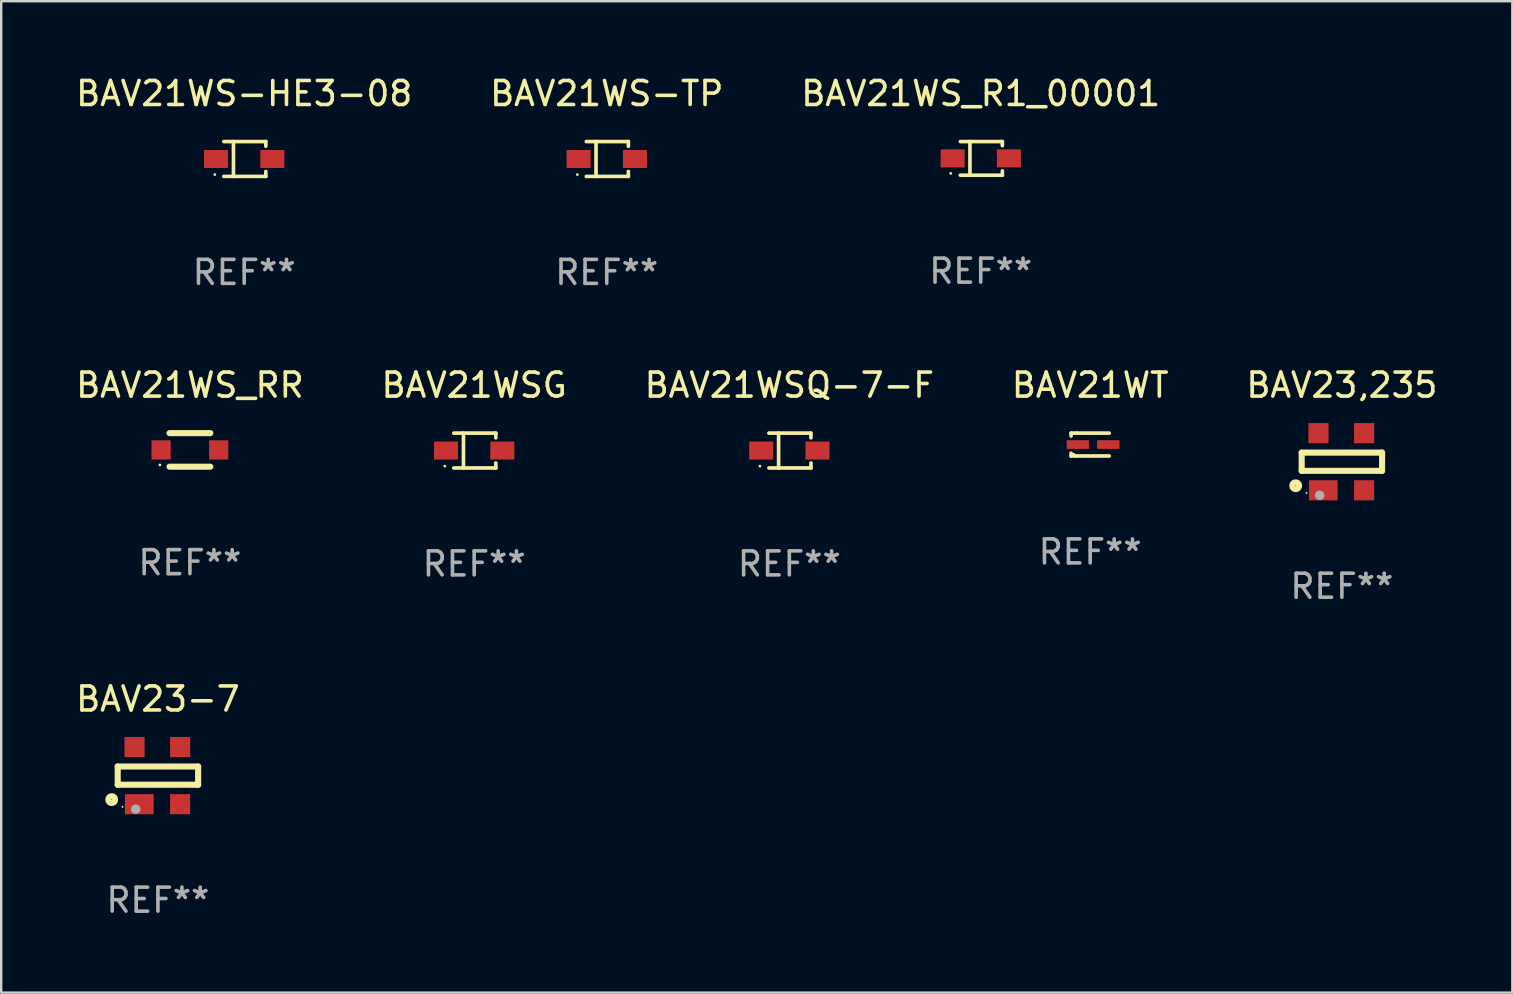
<source format=kicad_pcb>
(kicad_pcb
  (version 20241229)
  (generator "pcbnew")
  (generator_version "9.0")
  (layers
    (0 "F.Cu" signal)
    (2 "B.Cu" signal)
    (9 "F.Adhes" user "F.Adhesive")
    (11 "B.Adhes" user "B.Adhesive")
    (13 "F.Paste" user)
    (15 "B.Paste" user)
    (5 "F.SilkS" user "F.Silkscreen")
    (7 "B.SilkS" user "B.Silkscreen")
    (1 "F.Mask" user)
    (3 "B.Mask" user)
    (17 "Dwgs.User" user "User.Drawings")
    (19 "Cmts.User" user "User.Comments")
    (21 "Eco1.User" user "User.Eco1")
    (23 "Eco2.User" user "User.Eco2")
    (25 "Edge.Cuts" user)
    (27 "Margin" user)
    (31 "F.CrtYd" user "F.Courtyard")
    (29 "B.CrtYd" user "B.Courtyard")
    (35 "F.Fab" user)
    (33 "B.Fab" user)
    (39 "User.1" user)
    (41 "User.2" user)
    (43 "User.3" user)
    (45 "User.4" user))
  (footprint "BAV23-7"
    (layer "F.Cu")
    (at 3.53 29.268)
    (property "Reference" "BAV23-7" (at 0 -3.191 0) (layer "F.SilkS") (effects (font (size 1 1) (thickness 0.15))))
    (attr through_hole)
    (fp_line (start -1.675 -0.38) (end -1.675 0.38) (stroke (width 0.254) (type solid)) (layer "F.SilkS"))
    (fp_line (start -1.675 -0.38) (end 1.675 -0.38) (stroke (width 0.254) (type solid)) (layer "F.SilkS"))
    (fp_line (start -1.675 0.38) (end 1.675 0.38) (stroke (width 0.254) (type solid)) (layer "F.SilkS"))
    (fp_line (start 1.675 -0.38) (end 1.675 0.38) (stroke (width 0.254) (type solid)) (layer "F.SilkS"))
    (fp_circle (center -1.925 1) (end -1.783 1) (stroke (width 0.254) (type solid)) (fill no) (layer "F.SilkS"))
    (fp_circle (center -1.475 1.3) (end -1.455 1.3) (stroke (width 0.04) (type solid)) (fill no) (layer "F.SilkS"))
    (fp_circle (center -0.925 1.4) (end -0.825 1.4) (stroke (width 0.2) (type solid)) (fill no) (layer "F.Fab"))
    (fp_text user "REF**" (at 0 5.191 0) (layer "F.Fab") (effects (font (size 1 1) (thickness 0.15))))
    (pad "1" smd rect (at -0.775 1.191) (size 1.194 0.838) (layers "F.Cu" "F.Mask" "F.Paste"))
    (pad "2" smd rect (at 0.925 1.191) (size 0.838 0.838) (layers "F.Cu" "F.Mask" "F.Paste"))
    (pad "3" smd rect (at 0.925 -1.191) (size 0.838 0.838) (layers "F.Cu" "F.Mask" "F.Paste"))
    (pad "4" smd rect (at -0.975 -1.191) (size 0.838 0.838) (layers "F.Cu" "F.Mask" "F.Paste")))
  (footprint "BAV21WT"
    (layer "F.Cu")
    (at 42.375 15.473)
    (property "Reference" "BAV21WT" (at 0 -2.476 0) (layer "F.SilkS") (effects (font (size 1 1) (thickness 0.15))))
    (attr through_hole)
    (fp_line (start -0.795 -0.476) (end -0.795 -0.356) (stroke (width 0.152) (type solid)) (layer "F.SilkS"))
    (fp_line (start -0.795 0.363) (end -0.795 0.476) (stroke (width 0.152) (type solid)) (layer "F.SilkS"))
    (fp_line (start -0.795 0.476) (end -0.557 0.476) (stroke (width 0.152) (type solid)) (layer "F.SilkS"))
    (fp_line (start -0.557 -0.476) (end -0.795 -0.476) (stroke (width 0.152) (type solid)) (layer "F.SilkS"))
    (fp_line (start -0.557 -0.476) (end 0.795 -0.476) (stroke (width 0.152) (type solid)) (layer "F.SilkS"))
    (fp_line (start -0.557 0.476) (end 0.795 0.476) (stroke (width 0.152) (type solid)) (layer "F.SilkS"))
    (fp_circle (center -0.681 0.4) (end -0.651 0.4) (stroke (width 0.06) (type solid)) (fill no) (layer "F.SilkS"))
    (fp_text user "REF**" (at 0 4.476 0) (layer "F.Fab") (effects (font (size 1 1) (thickness 0.15))))
    (pad "1" smd rect (at -0.516 0 180) (size 0.93 0.36) (layers "F.Cu" "F.Mask" "F.Paste"))
    (pad "2" smd rect (at 0.754 0 180) (size 0.93 0.36) (layers "F.Cu" "F.Mask" "F.Paste")))
  (footprint "BAV21WS-HE3-08"
    (layer "F.Cu")
    (at 7.125 3.574)
    (property "Reference" "BAV21WS-HE3-08" (at 0 -2.726 0) (layer "F.SilkS") (effects (font (size 1 1) (thickness 0.15))))
    (attr through_hole)
    (fp_line (start -0.851 -0.726) (end 0.901 -0.726) (stroke (width 0.152) (type solid)) (layer "F.SilkS"))
    (fp_line (start -0.851 0.726) (end 0.901 0.726) (stroke (width 0.152) (type solid)) (layer "F.SilkS"))
    (fp_line (start -0.447 -0.726) (end -0.447 0.726) (stroke (width 0.152) (type solid)) (layer "F.SilkS"))
    (fp_line (start 0.901 -0.726) (end 0.901 -0.53) (stroke (width 0.152) (type solid)) (layer "F.SilkS"))
    (fp_line (start 0.901 0.726) (end 0.901 0.52) (stroke (width 0.152) (type solid)) (layer "F.SilkS"))
    (fp_circle (center -1.225 0.65) (end -1.195 0.65) (stroke (width 0.06) (type solid)) (fill no) (layer "F.SilkS"))
    (fp_text user "REF**" (at 0 4.726 0) (layer "F.Fab") (effects (font (size 1 1) (thickness 0.15))))
    (pad "1" smd rect (at -1.173 0) (size 1 0.75) (layers "F.Cu" "F.Mask" "F.Paste"))
    (pad "2" smd rect (at 1.173 0) (size 1 0.75) (layers "F.Cu" "F.Mask" "F.Paste")))
  (footprint "BAV21WSQ-7-F"
    (layer "F.Cu")
    (at 29.839 15.723)
    (property "Reference" "BAV21WSQ-7-F" (at 0 -2.726 0) (layer "F.SilkS") (effects (font (size 1 1) (thickness 0.15))))
    (attr through_hole)
    (fp_line (start -0.851 -0.726) (end 0.901 -0.726) (stroke (width 0.152) (type solid)) (layer "F.SilkS"))
    (fp_line (start -0.851 0.726) (end 0.901 0.726) (stroke (width 0.152) (type solid)) (layer "F.SilkS"))
    (fp_line (start -0.447 -0.726) (end -0.447 0.726) (stroke (width 0.152) (type solid)) (layer "F.SilkS"))
    (fp_line (start 0.901 -0.726) (end 0.901 -0.53) (stroke (width 0.152) (type solid)) (layer "F.SilkS"))
    (fp_line (start 0.901 0.726) (end 0.901 0.52) (stroke (width 0.152) (type solid)) (layer "F.SilkS"))
    (fp_circle (center -1.225 0.65) (end -1.195 0.65) (stroke (width 0.06) (type solid)) (fill no) (layer "F.SilkS"))
    (fp_text user "REF**" (at 0 4.726 0) (layer "F.Fab") (effects (font (size 1 1) (thickness 0.15))))
    (pad "1" smd rect (at -1.173 0) (size 1 0.75) (layers "F.Cu" "F.Mask" "F.Paste"))
    (pad "2" smd rect (at 1.173 0) (size 1 0.75) (layers "F.Cu" "F.Mask" "F.Paste")))
  (footprint "BAV21WS_RR"
    (layer "F.Cu")
    (at 4.863 15.697)
    (property "Reference" "BAV21WS_RR" (at 0 -2.7 0) (layer "F.SilkS") (effects (font (size 1 1) (thickness 0.15))))
    (attr through_hole)
    (fp_line (start -0.85 -0.7) (end 0.85 -0.7) (stroke (width 0.254) (type solid)) (layer "F.SilkS"))
    (fp_line (start -0.85 0.7) (end 0.85 0.7) (stroke (width 0.254) (type solid)) (layer "F.SilkS"))
    (fp_circle (center -1.25 0.625) (end -1.22 0.625) (stroke (width 0.06) (type solid)) (fill no) (layer "F.SilkS"))
    (fp_text user "REF**" (at 0 4.7 0) (layer "F.Fab") (effects (font (size 1 1) (thickness 0.15))))
    (pad "1" smd rect (at -1.2 0) (size 0.8 0.8) (layers "F.Cu" "F.Mask" "F.Paste"))
    (pad "2" smd rect (at 1.2 0) (size 0.8 0.8) (layers "F.Cu" "F.Mask" "F.Paste")))
  (footprint "BAV23,235"
    (layer "F.Cu")
    (at 52.863 16.189)
    (property "Reference" "BAV23,235" (at 0 -3.191 0) (layer "F.SilkS") (effects (font (size 1 1) (thickness 0.15))))
    (attr through_hole)
    (fp_line (start -1.675 -0.38) (end -1.675 0.38) (stroke (width 0.254) (type solid)) (layer "F.SilkS"))
    (fp_line (start -1.675 -0.38) (end 1.675 -0.38) (stroke (width 0.254) (type solid)) (layer "F.SilkS"))
    (fp_line (start -1.675 0.38) (end 1.675 0.38) (stroke (width 0.254) (type solid)) (layer "F.SilkS"))
    (fp_line (start 1.675 -0.38) (end 1.675 0.38) (stroke (width 0.254) (type solid)) (layer "F.SilkS"))
    (fp_circle (center -1.925 1) (end -1.783 1) (stroke (width 0.254) (type solid)) (fill no) (layer "F.SilkS"))
    (fp_circle (center -1.475 1.3) (end -1.455 1.3) (stroke (width 0.04) (type solid)) (fill no) (layer "F.SilkS"))
    (fp_circle (center -0.925 1.4) (end -0.825 1.4) (stroke (width 0.2) (type solid)) (fill no) (layer "F.Fab"))
    (fp_text user "REF**" (at 0 5.191 0) (layer "F.Fab") (effects (font (size 1 1) (thickness 0.15))))
    (pad "1" smd rect (at -0.775 1.191) (size 1.194 0.838) (layers "F.Cu" "F.Mask" "F.Paste"))
    (pad "2" smd rect (at 0.925 1.191) (size 0.838 0.838) (layers "F.Cu" "F.Mask" "F.Paste"))
    (pad "3" smd rect (at 0.925 -1.191) (size 0.838 0.838) (layers "F.Cu" "F.Mask" "F.Paste"))
    (pad "4" smd rect (at -0.975 -1.191) (size 0.838 0.838) (layers "F.Cu" "F.Mask" "F.Paste")))
  (footprint "BAV21WSG"
    (layer "F.Cu")
    (at 16.708 15.723)
    (property "Reference" "BAV21WSG" (at 0 -2.726 0) (layer "F.SilkS") (effects (font (size 1 1) (thickness 0.15))))
    (attr through_hole)
    (fp_line (start -0.851 -0.726) (end 0.901 -0.726) (stroke (width 0.152) (type solid)) (layer "F.SilkS"))
    (fp_line (start -0.851 0.726) (end 0.901 0.726) (stroke (width 0.152) (type solid)) (layer "F.SilkS"))
    (fp_line (start -0.447 -0.726) (end -0.447 0.726) (stroke (width 0.152) (type solid)) (layer "F.SilkS"))
    (fp_line (start 0.901 -0.726) (end 0.901 -0.53) (stroke (width 0.152) (type solid)) (layer "F.SilkS"))
    (fp_line (start 0.901 0.726) (end 0.901 0.52) (stroke (width 0.152) (type solid)) (layer "F.SilkS"))
    (fp_circle (center -1.225 0.65) (end -1.195 0.65) (stroke (width 0.06) (type solid)) (fill no) (layer "F.SilkS"))
    (fp_text user "REF**" (at 0 4.726 0) (layer "F.Fab") (effects (font (size 1 1) (thickness 0.15))))
    (pad "1" smd rect (at -1.173 0) (size 1 0.75) (layers "F.Cu" "F.Mask" "F.Paste"))
    (pad "2" smd rect (at 1.173 0) (size 1 0.75) (layers "F.Cu" "F.Mask" "F.Paste")))
  (footprint "BAV21WS-TP"
    (layer "F.Cu")
    (at 22.232 3.574)
    (property "Reference" "BAV21WS-TP" (at 0 -2.726 0) (layer "F.SilkS") (effects (font (size 1 1) (thickness 0.15))))
    (attr through_hole)
    (fp_line (start -0.851 -0.726) (end 0.901 -0.726) (stroke (width 0.152) (type solid)) (layer "F.SilkS"))
    (fp_line (start -0.851 0.726) (end 0.901 0.726) (stroke (width 0.152) (type solid)) (layer "F.SilkS"))
    (fp_line (start -0.447 -0.726) (end -0.447 0.726) (stroke (width 0.152) (type solid)) (layer "F.SilkS"))
    (fp_line (start 0.901 -0.726) (end 0.901 -0.53) (stroke (width 0.152) (type solid)) (layer "F.SilkS"))
    (fp_line (start 0.901 0.726) (end 0.901 0.52) (stroke (width 0.152) (type solid)) (layer "F.SilkS"))
    (fp_circle (center -1.225 0.65) (end -1.195 0.65) (stroke (width 0.06) (type solid)) (fill no) (layer "F.SilkS"))
    (fp_text user "REF**" (at 0 4.726 0) (layer "F.Fab") (effects (font (size 1 1) (thickness 0.15))))
    (pad "1" smd rect (at -1.173 0) (size 1 0.75) (layers "F.Cu" "F.Mask" "F.Paste"))
    (pad "2" smd rect (at 1.173 0) (size 1 0.75) (layers "F.Cu" "F.Mask" "F.Paste")))
  (footprint "BAV21WS_R1_00001"
    (layer "F.Cu")
    (at 37.815 3.549)
    (property "Reference" "BAV21WS_R1_00001" (at 0 -2.701 0) (layer "F.SilkS") (effects (font (size 1 1) (thickness 0.15))))
    (attr through_hole)
    (fp_line (start -0.851 -0.701) (end 0.901 -0.701) (stroke (width 0.152) (type solid)) (layer "F.SilkS"))
    (fp_line (start -0.851 0.701) (end 0.901 0.701) (stroke (width 0.152) (type solid)) (layer "F.SilkS"))
    (fp_line (start -0.45 -0.7) (end -0.45 0.69) (stroke (width 0.152) (type solid)) (layer "F.SilkS"))
    (fp_line (start 0.9 -0.7) (end 0.901 -0.53) (stroke (width 0.152) (type solid)) (layer "F.SilkS"))
    (fp_line (start 0.9 0.7) (end 0.901 0.52) (stroke (width 0.152) (type solid)) (layer "F.SilkS"))
    (fp_circle (center -1.25 0.625) (end -1.22 0.625) (stroke (width 0.06) (type solid)) (fill no) (layer "F.SilkS"))
    (fp_text user "REF**" (at 0 4.701 0) (layer "F.Fab") (effects (font (size 1 1) (thickness 0.15))))
    (pad "1" smd rect (at -1.172 -0.000102) (size 1 0.75) (layers "F.Cu" "F.Mask" "F.Paste"))
    (pad "2" smd rect (at 1.172 -0.000102) (size 1 0.75) (layers "F.Cu" "F.Mask" "F.Paste")))
  (gr_rect
    (start -3 -3)
    (end 59.964 38.308)
    (stroke (width 0.1) (type default))
    (fill no)
    (layer "Edge.Cuts")))
</source>
